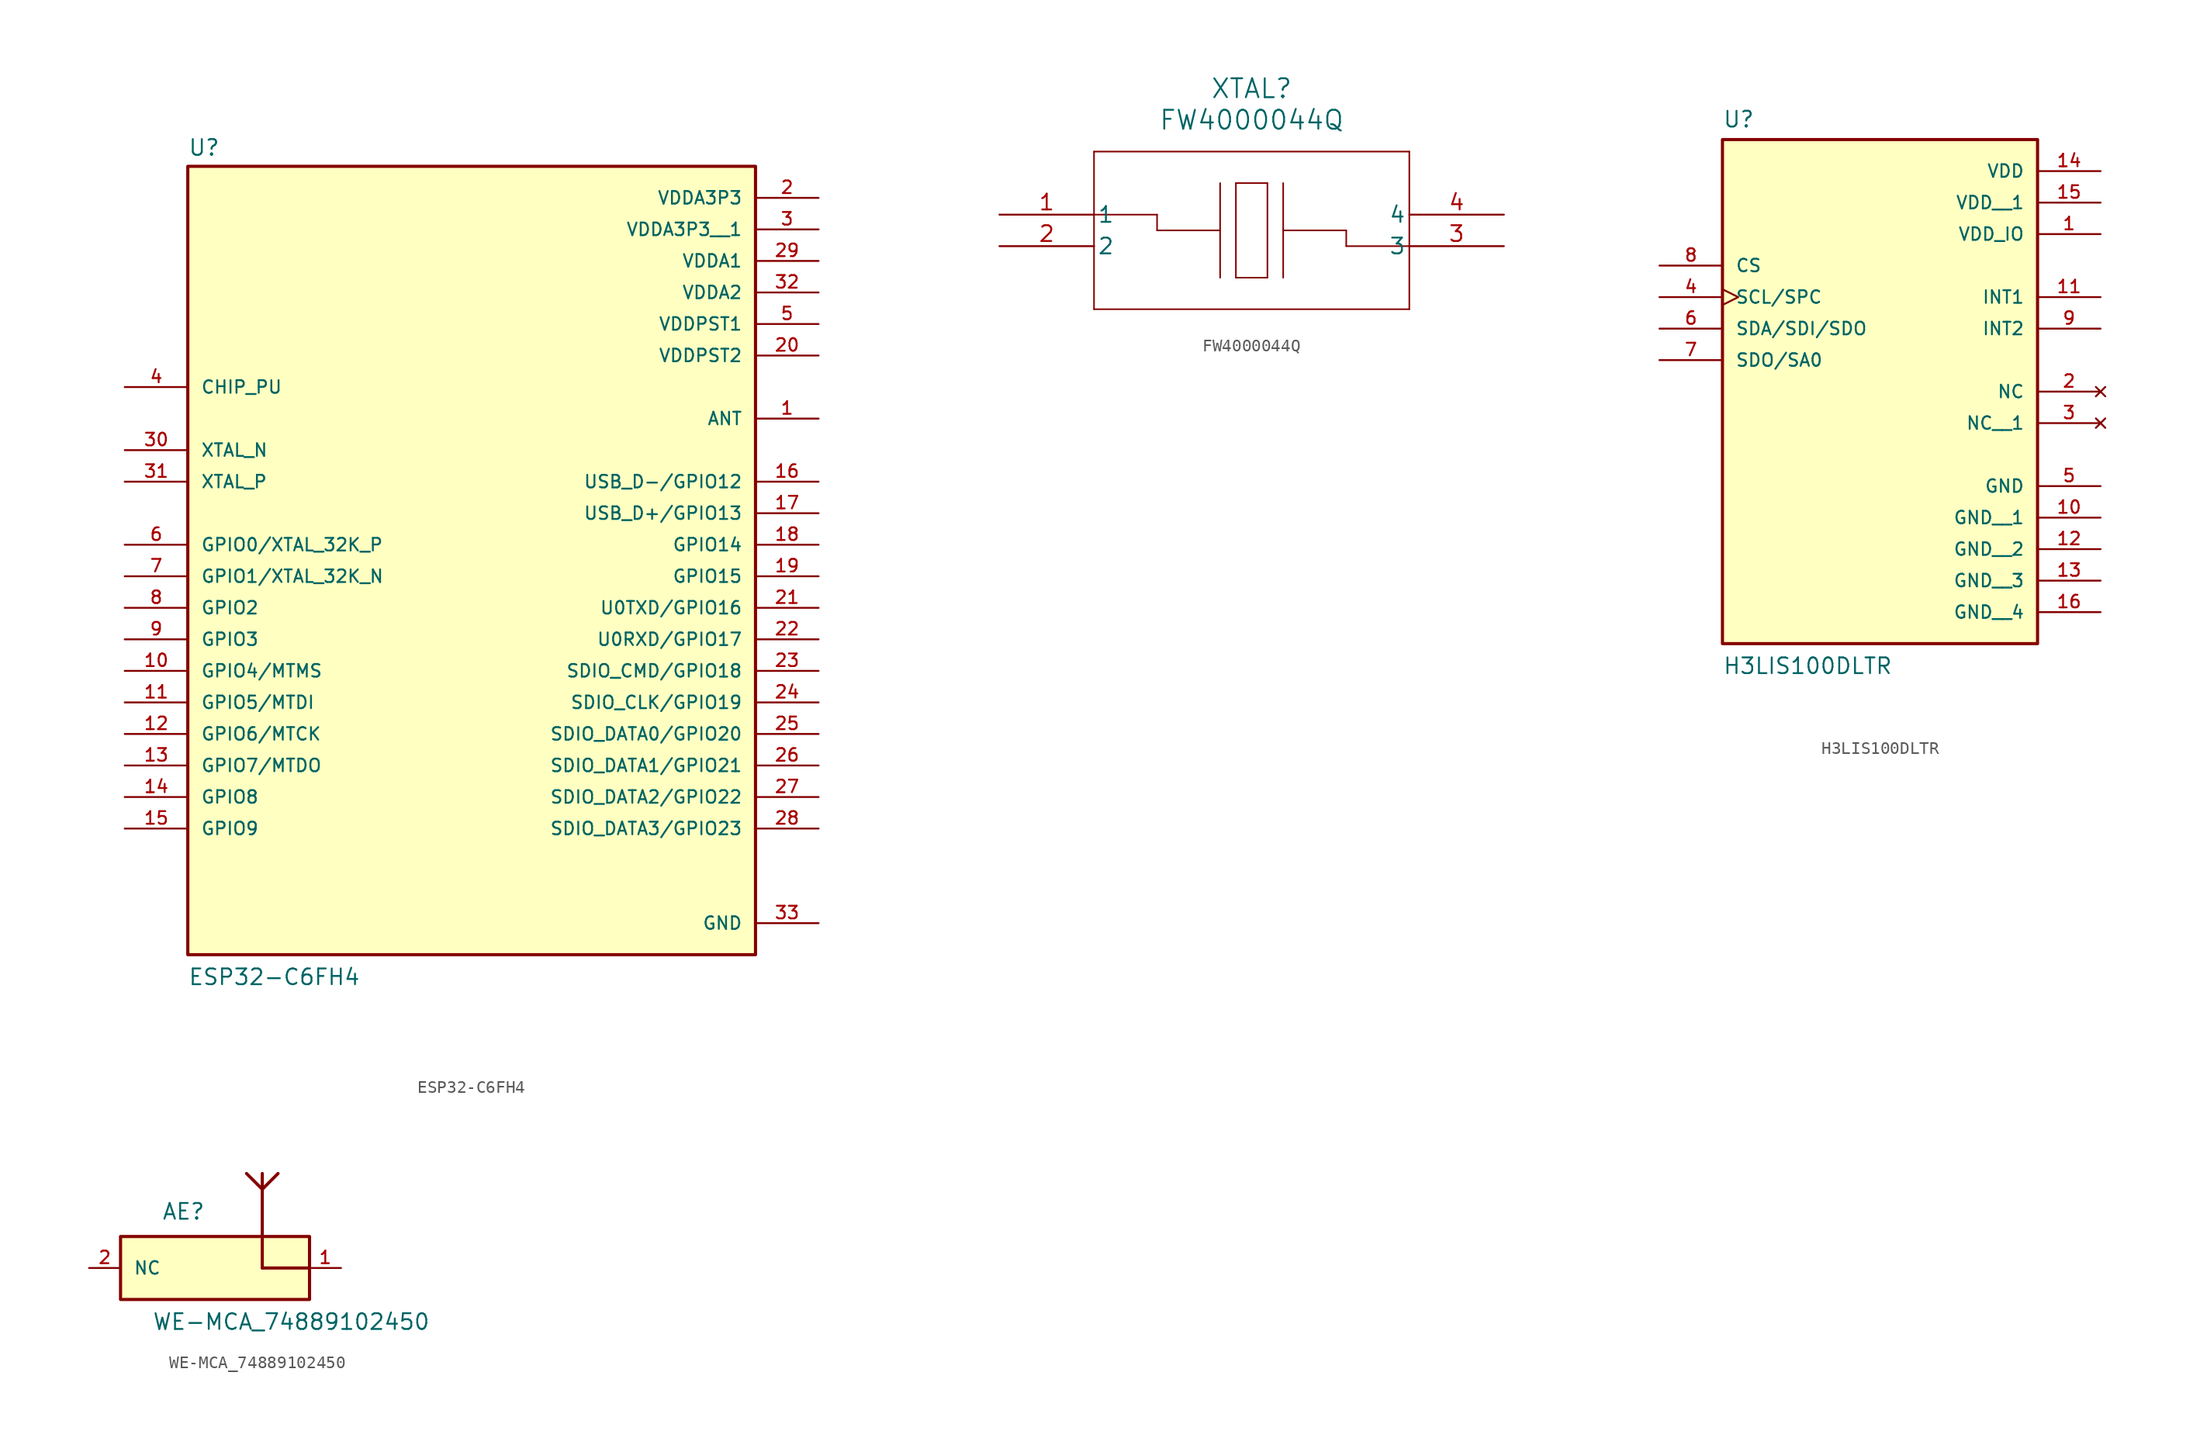
<source format=kicad_sym>
(kicad_symbol_lib
  (version 20241209)
  (generator "kicad_symbol_editor")
  (generator_version "9.0")
  (symbol "ESP32-C6FH4"
    (pin_names
      (offset 1.016))
    (property "Reference" "U"
      (at -22.86 31.242 0)
      (effects (font (size 1.27 1.27)) (justify left bottom)))
    (property "Value" "ESP32-C6FH4"
      (at -22.86 -35.56 0)
      (effects (font (size 1.27 1.27)) (justify left bottom)))
    (symbol "ESP32-C6FH4_0_0"
      (rectangle (start -22.86 -33.02) (end 22.86 30.48) (stroke (width 0.254) (type default)) (fill (type background)))
      (pin input line (at -27.94 12.7 0) (length 5.08) (name "CHIP_PU" (effects (font (size 1.016 1.016)))) (number "4" (effects (font (size 1.016 1.016)))))
      (pin bidirectional line (at -27.94 7.62 0) (length 5.08) (name "XTAL_N" (effects (font (size 1.016 1.016)))) (number "30" (effects (font (size 1.016 1.016)))))
      (pin bidirectional line (at -27.94 5.08 0) (length 5.08) (name "XTAL_P" (effects (font (size 1.016 1.016)))) (number "31" (effects (font (size 1.016 1.016)))))
      (pin bidirectional line (at -27.94 0 0) (length 5.08) (name "GPIO0/XTAL_32K_P" (effects (font (size 1.016 1.016)))) (number "6" (effects (font (size 1.016 1.016)))))
      (pin bidirectional line (at -27.94 -2.54 0) (length 5.08) (name "GPIO1/XTAL_32K_N" (effects (font (size 1.016 1.016)))) (number "7" (effects (font (size 1.016 1.016)))))
      (pin bidirectional line (at -27.94 -5.08 0) (length 5.08) (name "GPIO2" (effects (font (size 1.016 1.016)))) (number "8" (effects (font (size 1.016 1.016)))))
      (pin bidirectional line (at -27.94 -7.62 0) (length 5.08) (name "GPIO3" (effects (font (size 1.016 1.016)))) (number "9" (effects (font (size 1.016 1.016)))))
      (pin bidirectional line (at -27.94 -10.16 0) (length 5.08) (name "GPIO4/MTMS" (effects (font (size 1.016 1.016)))) (number "10" (effects (font (size 1.016 1.016)))))
      (pin bidirectional line (at -27.94 -12.7 0) (length 5.08) (name "GPIO5/MTDI" (effects (font (size 1.016 1.016)))) (number "11" (effects (font (size 1.016 1.016)))))
      (pin bidirectional line (at -27.94 -15.24 0) (length 5.08) (name "GPIO6/MTCK" (effects (font (size 1.016 1.016)))) (number "12" (effects (font (size 1.016 1.016)))))
      (pin bidirectional line (at -27.94 -17.78 0) (length 5.08) (name "GPIO7/MTDO" (effects (font (size 1.016 1.016)))) (number "13" (effects (font (size 1.016 1.016)))))
      (pin bidirectional line (at -27.94 -20.32 0) (length 5.08) (name "GPIO8" (effects (font (size 1.016 1.016)))) (number "14" (effects (font (size 1.016 1.016)))))
      (pin bidirectional line (at -27.94 -22.86 0) (length 5.08) (name "GPIO9" (effects (font (size 1.016 1.016)))) (number "15" (effects (font (size 1.016 1.016)))))
      (pin power_in line (at 27.94 27.94 180) (length 5.08) (name "VDDA3P3" (effects (font (size 1.016 1.016)))) (number "2" (effects (font (size 1.016 1.016)))))
      (pin power_in line (at 27.94 25.4 180) (length 5.08) (name "VDDA3P3__1" (effects (font (size 1.016 1.016)))) (number "3" (effects (font (size 1.016 1.016)))))
      (pin power_in line (at 27.94 22.86 180) (length 5.08) (name "VDDA1" (effects (font (size 1.016 1.016)))) (number "29" (effects (font (size 1.016 1.016)))))
      (pin power_in line (at 27.94 20.32 180) (length 5.08) (name "VDDA2" (effects (font (size 1.016 1.016)))) (number "32" (effects (font (size 1.016 1.016)))))
      (pin power_in line (at 27.94 17.78 180) (length 5.08) (name "VDDPST1" (effects (font (size 1.016 1.016)))) (number "5" (effects (font (size 1.016 1.016)))))
      (pin power_in line (at 27.94 15.24 180) (length 5.08) (name "VDDPST2" (effects (font (size 1.016 1.016)))) (number "20" (effects (font (size 1.016 1.016)))))
      (pin bidirectional line (at 27.94 10.16 180) (length 5.08) (name "ANT" (effects (font (size 1.016 1.016)))) (number "1" (effects (font (size 1.016 1.016)))))
      (pin bidirectional line (at 27.94 5.08 180) (length 5.08) (name "USB_D-/GPIO12" (effects (font (size 1.016 1.016)))) (number "16" (effects (font (size 1.016 1.016)))))
      (pin bidirectional line (at 27.94 2.54 180) (length 5.08) (name "USB_D+/GPIO13" (effects (font (size 1.016 1.016)))) (number "17" (effects (font (size 1.016 1.016)))))
      (pin bidirectional line (at 27.94 0 180) (length 5.08) (name "GPIO14" (effects (font (size 1.016 1.016)))) (number "18" (effects (font (size 1.016 1.016)))))
      (pin bidirectional line (at 27.94 -2.54 180) (length 5.08) (name "GPIO15" (effects (font (size 1.016 1.016)))) (number "19" (effects (font (size 1.016 1.016)))))
      (pin bidirectional line (at 27.94 -5.08 180) (length 5.08) (name "U0TXD/GPIO16" (effects (font (size 1.016 1.016)))) (number "21" (effects (font (size 1.016 1.016)))))
      (pin bidirectional line (at 27.94 -7.62 180) (length 5.08) (name "U0RXD/GPIO17" (effects (font (size 1.016 1.016)))) (number "22" (effects (font (size 1.016 1.016)))))
      (pin bidirectional line (at 27.94 -10.16 180) (length 5.08) (name "SDIO_CMD/GPIO18" (effects (font (size 1.016 1.016)))) (number "23" (effects (font (size 1.016 1.016)))))
      (pin bidirectional line (at 27.94 -12.7 180) (length 5.08) (name "SDIO_CLK/GPIO19" (effects (font (size 1.016 1.016)))) (number "24" (effects (font (size 1.016 1.016)))))
      (pin bidirectional line (at 27.94 -15.24 180) (length 5.08) (name "SDIO_DATA0/GPIO20" (effects (font (size 1.016 1.016)))) (number "25" (effects (font (size 1.016 1.016)))))
      (pin bidirectional line (at 27.94 -17.78 180) (length 5.08) (name "SDIO_DATA1/GPIO21" (effects (font (size 1.016 1.016)))) (number "26" (effects (font (size 1.016 1.016)))))
      (pin bidirectional line (at 27.94 -20.32 180) (length 5.08) (name "SDIO_DATA2/GPIO22" (effects (font (size 1.016 1.016)))) (number "27" (effects (font (size 1.016 1.016)))))
      (pin bidirectional line (at 27.94 -22.86 180) (length 5.08) (name "SDIO_DATA3/GPIO23" (effects (font (size 1.016 1.016)))) (number "28" (effects (font (size 1.016 1.016)))))
      (pin power_in line (at 27.94 -30.48 180) (length 5.08) (name "GND" (effects (font (size 1.016 1.016)))) (number "33" (effects (font (size 1.016 1.016)))))))
  (symbol "FW4000044Q"
    (pin_names
      (offset 0.254))
    (property "Reference" "XTAL"
      (at 20.32 10.16 0)
      (effects (font (size 1.524 1.524))))
    (property "Value" "FW4000044Q"
      (at 20.32 7.62 0)
      (effects (font (size 1.524 1.524))))
    (property "ki_locked" ""
      (at 0 0 0)
      (effects (font (size 1.27 1.27))))
    (symbol "FW4000044Q_0_1"
      (polyline (pts (xy 7.62 5.08) (xy 7.62 -7.62)) (stroke (width 0.127) (type default)) (fill (type none)))
      (polyline (pts (xy 7.62 0) (xy 12.7 0)) (stroke (width 0.127) (type default)) (fill (type none)))
      (polyline (pts (xy 7.62 -7.62) (xy 33.02 -7.62)) (stroke (width 0.127) (type default)) (fill (type none)))
      (polyline (pts (xy 12.7 0) (xy 12.7 -1.27)) (stroke (width 0.127) (type default)) (fill (type none)))
      (polyline (pts (xy 12.7 -1.27) (xy 17.78 -1.27)) (stroke (width 0.127) (type default)) (fill (type none)))
      (polyline (pts (xy 17.78 2.54) (xy 17.78 -5.08)) (stroke (width 0.127) (type default)) (fill (type none)))
      (polyline (pts (xy 19.05 2.54) (xy 19.05 -5.08)) (stroke (width 0.127) (type default)) (fill (type none)))
      (polyline (pts (xy 19.05 2.54) (xy 21.59 2.54)) (stroke (width 0.127) (type default)) (fill (type none)))
      (polyline (pts (xy 19.05 -5.08) (xy 21.59 -5.08)) (stroke (width 0.127) (type default)) (fill (type none)))
      (polyline (pts (xy 21.59 2.54) (xy 21.59 -5.08)) (stroke (width 0.127) (type default)) (fill (type none)))
      (polyline (pts (xy 22.86 2.54) (xy 22.86 -5.08)) (stroke (width 0.127) (type default)) (fill (type none)))
      (polyline (pts (xy 22.86 -1.27) (xy 27.94 -1.27)) (stroke (width 0.127) (type default)) (fill (type none)))
      (polyline (pts (xy 27.94 -1.27) (xy 27.94 -2.54)) (stroke (width 0.127) (type default)) (fill (type none)))
      (polyline (pts (xy 33.02 5.08) (xy 7.62 5.08)) (stroke (width 0.127) (type default)) (fill (type none)))
      (polyline (pts (xy 33.02 -2.54) (xy 27.94 -2.54)) (stroke (width 0.127) (type default)) (fill (type none)))
      (polyline (pts (xy 33.02 -7.62) (xy 33.02 5.08)) (stroke (width 0.127) (type default)) (fill (type none))))
    (symbol "FW4000044Q_1_1"
      (pin bidirectional line (at 0 0 0) (length 7.62) (name "1" (effects (font (size 1.27 1.27)))) (number "1" (effects (font (size 1.27 1.27)))))
      (pin power_out line (at 0 -2.54 0) (length 7.62) (name "2" (effects (font (size 1.27 1.27)))) (number "2" (effects (font (size 1.27 1.27)))))
      (pin power_in line (at 40.64 0 180) (length 7.62) (name "4" (effects (font (size 1.27 1.27)))) (number "4" (effects (font (size 1.27 1.27)))))
      (pin bidirectional line (at 40.64 -2.54 180) (length 7.62) (name "3" (effects (font (size 1.27 1.27)))) (number "3" (effects (font (size 1.27 1.27)))))))
  (symbol "H3LIS100DLTR"
    (pin_names
      (offset 1.016))
    (property "Reference" "U"
      (at -12.7 13.589 0)
      (effects (font (size 1.27 1.27)) (justify left bottom)))
    (property "Value" "H3LIS100DLTR"
      (at -12.7 -30.48 0)
      (effects (font (size 1.27 1.27)) (justify left bottom)))
    (symbol "H3LIS100DLTR_0_0"
      (rectangle (start -12.7 -27.94) (end 12.7 12.7) (stroke (width 0.254) (type default)) (fill (type background)))
      (pin input line (at -17.78 2.54 0) (length 5.08) (name "CS" (effects (font (size 1.016 1.016)))) (number "8" (effects (font (size 1.016 1.016)))))
      (pin input clock (at -17.78 0 0) (length 5.08) (name "SCL/SPC" (effects (font (size 1.016 1.016)))) (number "4" (effects (font (size 1.016 1.016)))))
      (pin bidirectional line (at -17.78 -2.54 0) (length 5.08) (name "SDA/SDI/SDO" (effects (font (size 1.016 1.016)))) (number "6" (effects (font (size 1.016 1.016)))))
      (pin bidirectional line (at -17.78 -5.08 0) (length 5.08) (name "SDO/SA0" (effects (font (size 1.016 1.016)))) (number "7" (effects (font (size 1.016 1.016)))))
      (pin power_in line (at 17.78 10.16 180) (length 5.08) (name "VDD" (effects (font (size 1.016 1.016)))) (number "14" (effects (font (size 1.016 1.016)))))
      (pin power_in line (at 17.78 7.62 180) (length 5.08) (name "VDD__1" (effects (font (size 1.016 1.016)))) (number "15" (effects (font (size 1.016 1.016)))))
      (pin power_in line (at 17.78 5.08 180) (length 5.08) (name "VDD_IO" (effects (font (size 1.016 1.016)))) (number "1" (effects (font (size 1.016 1.016)))))
      (pin output line (at 17.78 0 180) (length 5.08) (name "INT1" (effects (font (size 1.016 1.016)))) (number "11" (effects (font (size 1.016 1.016)))))
      (pin output line (at 17.78 -2.54 180) (length 5.08) (name "INT2" (effects (font (size 1.016 1.016)))) (number "9" (effects (font (size 1.016 1.016)))))
      (pin no_connect line (at 17.78 -7.62 180) (length 5.08) (name "NC" (effects (font (size 1.016 1.016)))) (number "2" (effects (font (size 1.016 1.016)))))
      (pin no_connect line (at 17.78 -10.16 180) (length 5.08) (name "NC__1" (effects (font (size 1.016 1.016)))) (number "3" (effects (font (size 1.016 1.016)))))
      (pin power_in line (at 17.78 -15.24 180) (length 5.08) (name "GND" (effects (font (size 1.016 1.016)))) (number "5" (effects (font (size 1.016 1.016)))))
      (pin power_in line (at 17.78 -17.78 180) (length 5.08) (name "GND__1" (effects (font (size 1.016 1.016)))) (number "10" (effects (font (size 1.016 1.016)))))
      (pin power_in line (at 17.78 -20.32 180) (length 5.08) (name "GND__2" (effects (font (size 1.016 1.016)))) (number "12" (effects (font (size 1.016 1.016)))))
      (pin power_in line (at 17.78 -22.86 180) (length 5.08) (name "GND__3" (effects (font (size 1.016 1.016)))) (number "13" (effects (font (size 1.016 1.016)))))
      (pin power_in line (at 17.78 -25.4 180) (length 5.08) (name "GND__4" (effects (font (size 1.016 1.016)))) (number "16" (effects (font (size 1.016 1.016)))))))
  (symbol "WE-MCA_74889102450"
    (pin_names
      (offset 1.016))
    (property "Reference" "AE"
      (at -2.54 3.81 0)
      (effects (font (size 1.27 1.27)) (justify bottom)))
    (property "Value" "WE-MCA_74889102450"
      (at -5.08 -5.08 0)
      (effects (font (size 1.27 1.27)) (justify left bottom)))
    (symbol "WE-MCA_74889102450_0_0"
      (rectangle (start -7.62 -2.54) (end 7.62 2.54) (stroke (width 0.254) (type default)) (fill (type background)))
      (polyline (pts (xy 3.81 6.35) (xy 2.54 7.62)) (stroke (width 0.254) (type default)) (fill (type none)))
      (polyline (pts (xy 3.81 6.35) (xy 5.08 7.62)) (stroke (width 0.254) (type default)) (fill (type none)))
      (polyline (pts (xy 3.81 0) (xy 3.81 7.62)) (stroke (width 0.254) (type default)) (fill (type none)))
      (polyline (pts (xy 3.81 0) (xy 7.62 0)) (stroke (width 0.254) (type default)) (fill (type none)))
      (pin passive line (at -10.16 0 0) (length 2.54) (name "NC" (effects (font (size 1.016 1.016)))) (number "2" (effects (font (size 1.016 1.016)))))
      (pin passive line (at 10.16 0 180) (length 2.54) (name "~" (effects (font (size 1.016 1.016)))) (number "1" (effects (font (size 1.016 1.016))))))))
</source>
